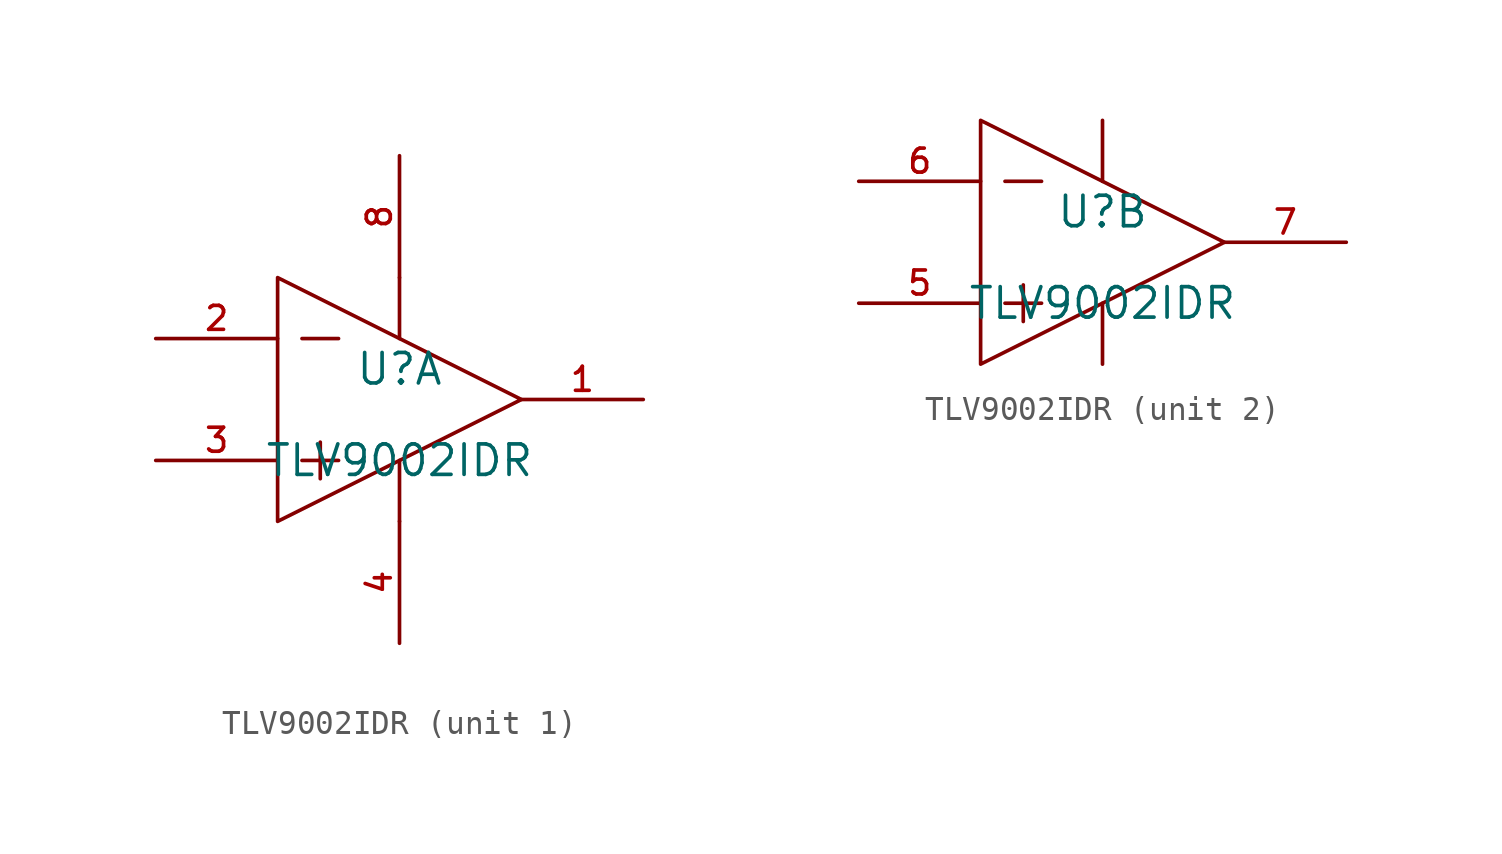
<source format=kicad_sym>
(kicad_symbol_lib
  (version 20210201)
  (generator TousstNicolas/JLC2KiCad_lib)
  (symbol "TLV9002IDR"
    (pin_names hide)
    (property "Reference" "U"
      (at 0 1.27 0)
      (effects (font (size 1.27 1.27))))
    (property "Value" "TLV9002IDR"
      (at 0 -2.54 0)
      (effects (font (size 1.27 1.27))))
    (symbol "TLV9002IDR_1_1"
      (pin power_in line (at 0.0 -10.16 90) (length 5.08) (name "V-" (effects (font (size 1 1)))) (number "4" (effects (font (size 1 1)))))
      (pin power_in line (at 0.0 10.16 270) (length 5.08) (name "V+" (effects (font (size 1 1)))) (number "8" (effects (font (size 1 1)))))
      (pin output line (at 10.16 -0.0 180) (length 5.08) (name "OUT1" (effects (font (size 1 1)))) (number "1" (effects (font (size 1 1)))))
      (pin unspecified line (at -10.16 2.54 0) (length 5.08) (name "IN1-" (effects (font (size 1 1)))) (number "2" (effects (font (size 1 1)))))
      (pin unspecified line (at -10.16 -2.54 0) (length 5.08) (name "IN1+" (effects (font (size 1 1)))) (number "3" (effects (font (size 1 1)))))
      (polyline (pts (xy 0.0 -2.54) (xy 0.0 -5.08)) (stroke (width 0) (type default) (color 0 0 0 0)) (fill (type none)))
      (polyline (pts (xy 0.0 5.08) (xy 0.0 2.54)) (stroke (width 0) (type default) (color 0 0 0 0)) (fill (type none)))
      (polyline (pts (xy -3.302 -1.778) (xy -3.302 -3.302)) (stroke (width 0) (type default) (color 0 0 0 0)) (fill (type none)))
      (polyline (pts (xy -4.064 -2.54) (xy -2.54 -2.54)) (stroke (width 0) (type default) (color 0 0 0 0)) (fill (type none)))
      (polyline (pts (xy -4.064 2.54) (xy -2.54 2.54)) (stroke (width 0) (type default) (color 0 0 0 0)) (fill (type none)))
      (polyline (pts (xy -5.08 -5.08) (xy 5.08 -0.0) (xy -5.08 5.08) (xy -5.08 -5.08)) (stroke (width 0) (type default) (color 0 0 0 0)) (fill (type none))))
    (symbol "TLV9002IDR_2_1"
      (pin output line (at 10.16 -0.0 180) (length 5.08) (name "OUT2" (effects (font (size 1 1)))) (number "7" (effects (font (size 1 1)))))
      (pin unspecified line (at -10.16 2.54 0) (length 5.08) (name "IN2-" (effects (font (size 1 1)))) (number "6" (effects (font (size 1 1)))))
      (pin unspecified line (at -10.16 -2.54 0) (length 5.08) (name "IN2+" (effects (font (size 1 1)))) (number "5" (effects (font (size 1 1)))))
      (polyline (pts (xy 0.0 -2.54) (xy 0.0 -5.08)) (stroke (width 0) (type default) (color 0 0 0 0)) (fill (type none)))
      (polyline (pts (xy 0.0 5.08) (xy 0.0 2.54)) (stroke (width 0) (type default) (color 0 0 0 0)) (fill (type none)))
      (polyline (pts (xy -3.302 -1.778) (xy -3.302 -3.302)) (stroke (width 0) (type default) (color 0 0 0 0)) (fill (type none)))
      (polyline (pts (xy -4.064 -2.54) (xy -2.54 -2.54)) (stroke (width 0) (type default) (color 0 0 0 0)) (fill (type none)))
      (polyline (pts (xy -4.064 2.54) (xy -2.54 2.54)) (stroke (width 0) (type default) (color 0 0 0 0)) (fill (type none)))
      (polyline (pts (xy -5.08 -5.08) (xy 5.08 -0.0) (xy -5.08 5.08) (xy -5.08 -5.08)) (stroke (width 0) (type default) (color 0 0 0 0)) (fill (type none))))))
</source>
